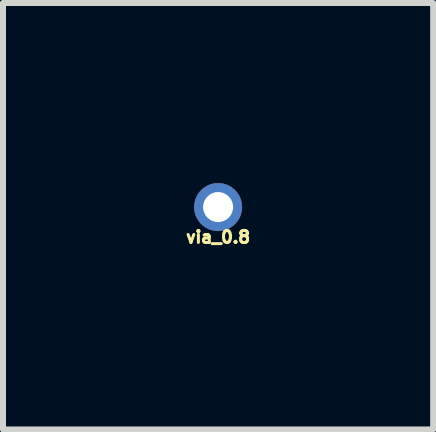
<source format=kicad_pcb>
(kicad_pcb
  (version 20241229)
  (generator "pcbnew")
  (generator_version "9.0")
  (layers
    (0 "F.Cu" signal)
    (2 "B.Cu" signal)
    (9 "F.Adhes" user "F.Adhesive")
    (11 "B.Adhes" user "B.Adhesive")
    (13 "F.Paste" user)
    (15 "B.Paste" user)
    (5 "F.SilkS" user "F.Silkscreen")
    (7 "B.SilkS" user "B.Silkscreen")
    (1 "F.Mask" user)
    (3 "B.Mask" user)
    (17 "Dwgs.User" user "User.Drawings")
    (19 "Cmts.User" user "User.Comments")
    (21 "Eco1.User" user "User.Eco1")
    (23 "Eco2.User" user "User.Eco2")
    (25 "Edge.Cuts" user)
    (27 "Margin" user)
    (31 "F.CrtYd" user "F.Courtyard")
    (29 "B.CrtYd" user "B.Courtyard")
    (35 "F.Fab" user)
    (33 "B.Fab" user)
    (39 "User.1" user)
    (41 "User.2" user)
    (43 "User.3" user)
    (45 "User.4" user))
  (footprint "via_0.8"
    (layer "F.Cu")
    (at 0.584 0.4)
    (property "Reference" "via_0.8" (at 0 0.5 0) (layer "F.SilkS") (effects (font (size 0.2 0.2) (thickness 0.05))))
    (attr through_hole)
    (pad "1" thru_hole circle (at 0 0) (size 0.8 0.8) (drill 0.5) (layers "*.Cu")))
  (gr_rect
    (start -3 -3)
    (end 4.167 4.105)
    (stroke (width 0.1) (type default))
    (fill no)
    (layer "Edge.Cuts")))
</source>
